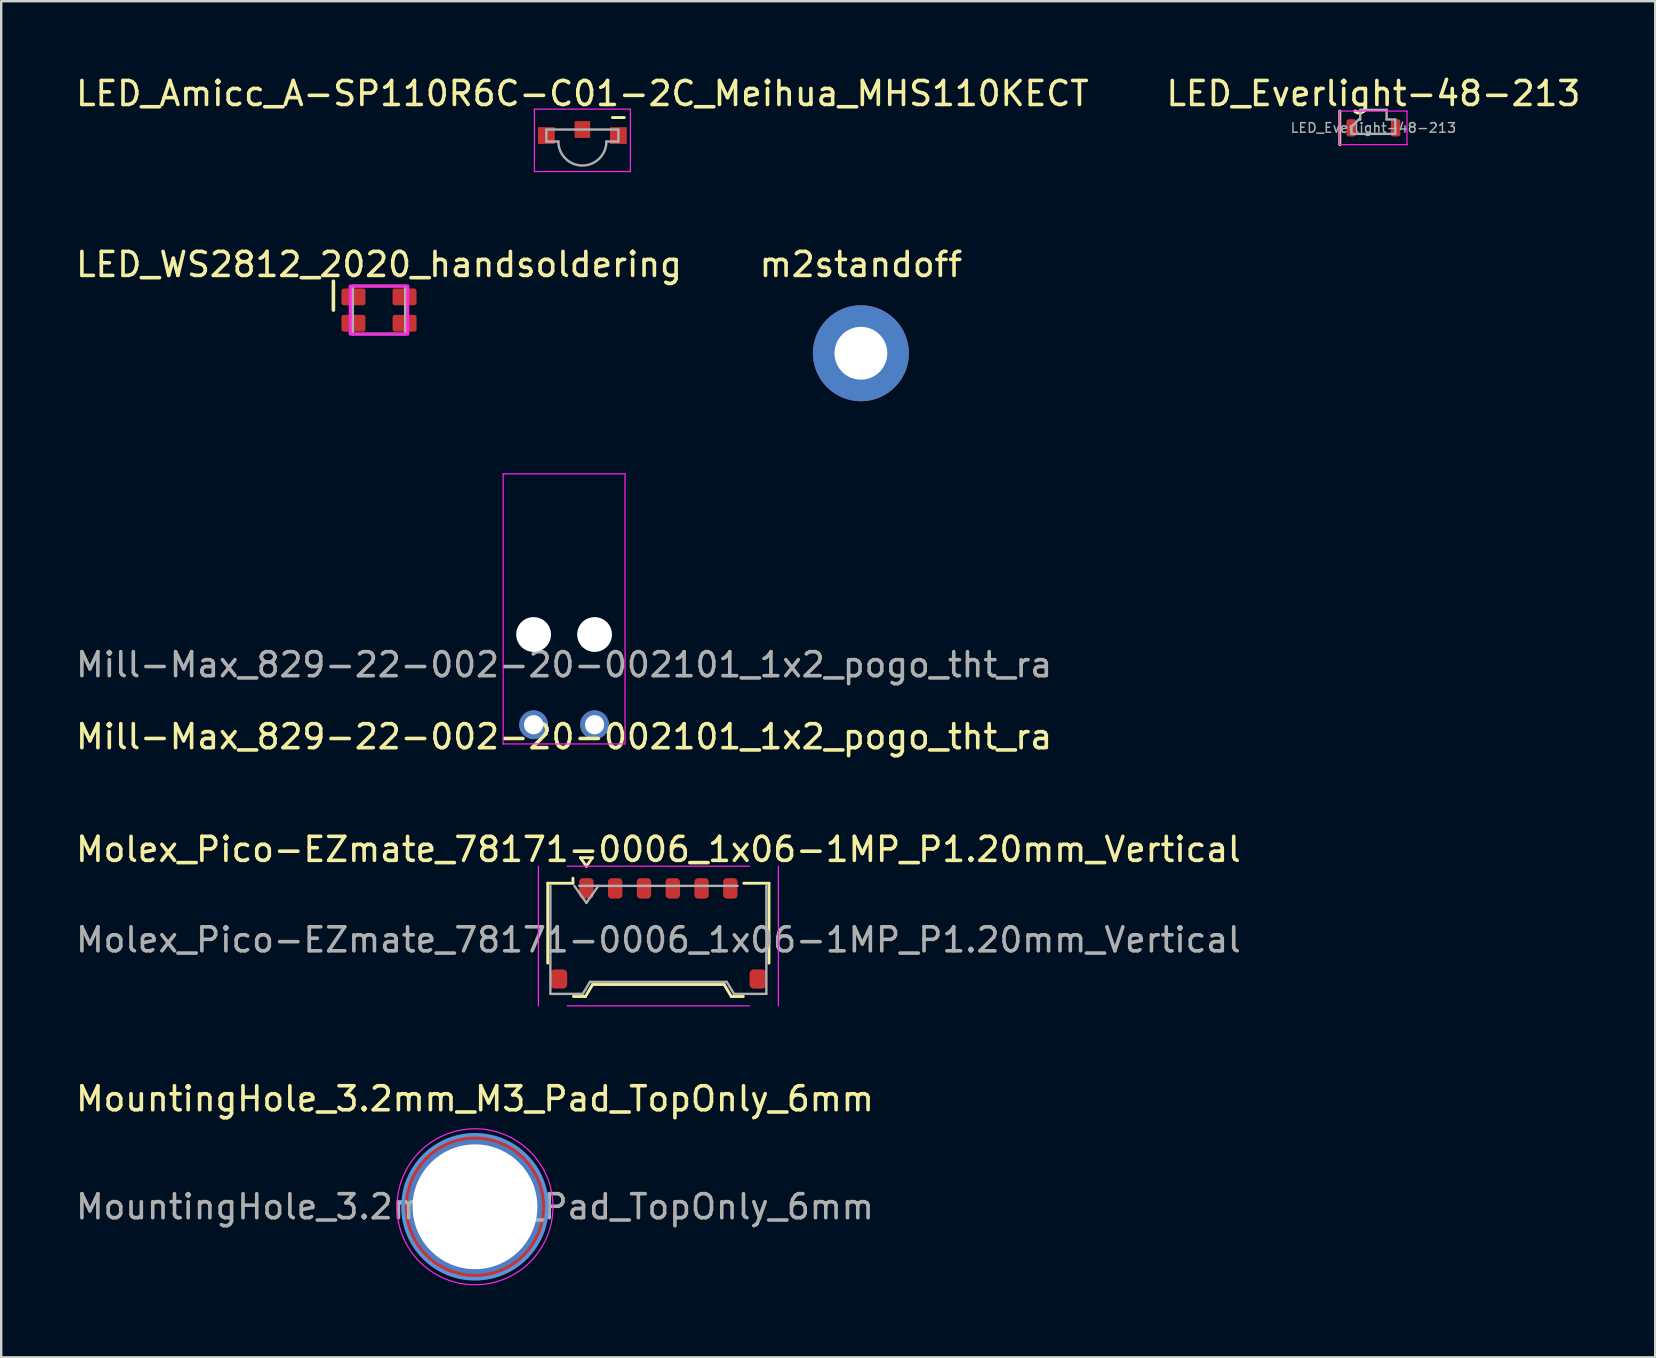
<source format=kicad_pcb>
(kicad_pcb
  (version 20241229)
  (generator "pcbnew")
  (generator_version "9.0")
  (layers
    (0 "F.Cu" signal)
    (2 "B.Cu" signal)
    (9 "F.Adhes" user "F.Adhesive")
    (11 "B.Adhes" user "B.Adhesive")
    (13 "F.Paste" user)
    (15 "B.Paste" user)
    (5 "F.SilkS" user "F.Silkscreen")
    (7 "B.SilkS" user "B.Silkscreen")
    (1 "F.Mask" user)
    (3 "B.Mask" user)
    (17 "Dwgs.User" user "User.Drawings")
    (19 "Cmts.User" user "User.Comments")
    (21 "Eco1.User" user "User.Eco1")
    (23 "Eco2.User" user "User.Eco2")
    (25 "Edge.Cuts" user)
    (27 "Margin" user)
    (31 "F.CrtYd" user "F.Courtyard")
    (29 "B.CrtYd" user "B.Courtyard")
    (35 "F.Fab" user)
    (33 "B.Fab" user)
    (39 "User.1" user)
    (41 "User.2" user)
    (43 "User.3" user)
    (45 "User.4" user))
  (footprint "LED_Amicc_A-SP110R6C-C01-2C_Meihua_MHS110KECT"
    (layer "F.Cu")
    (at 21.22 2.598)
    (property "Reference" "LED_Amicc_A-SP110R6C-C01-2C_Meihua_MHS110KECT" (at 0 -1.75 180) (layer "F.SilkS") (effects (font (size 1 1) (thickness 0.15))))
    (attr smd)
    (fp_line (start 1.75 -0.75) (end 1.25 -0.75) (stroke (width 0.12) (type solid)) (layer "F.SilkS"))
    (fp_line (start -2 -1.1) (end 2 -1.1) (stroke (width 0.05) (type solid)) (layer "F.CrtYd"))
    (fp_line (start -2 1.5) (end -2 -1.1) (stroke (width 0.05) (type solid)) (layer "F.CrtYd"))
    (fp_line (start 2 -1.1) (end 2 1.5) (stroke (width 0.05) (type solid)) (layer "F.CrtYd"))
    (fp_line (start 2 1.5) (end -2 1.5) (stroke (width 0.05) (type solid)) (layer "F.CrtYd"))
    (fp_line (start -1.5 0.25) (end -1.5 -0.25) (stroke (width 0.1) (type solid)) (layer "F.Fab"))
    (fp_line (start -1.5 0.25) (end -1 0.25) (stroke (width 0.1) (type solid)) (layer "F.Fab"))
    (fp_line (start 1.5 -0.25) (end -1.5 -0.25) (stroke (width 0.1) (type solid)) (layer "F.Fab"))
    (fp_line (start 1.5 -0.25) (end 1.5 0.25) (stroke (width 0.1) (type solid)) (layer "F.Fab"))
    (fp_line (start 1.5 0.25) (end 1 0.25) (stroke (width 0.1) (type solid)) (layer "F.Fab"))
    (fp_arc (start 1 0.25) (mid 0 1.25) (end -1 0.25) (stroke (width 0.1) (type solid)) (layer "F.Fab"))
    (pad "1" smd rect (at -1.5 0 90) (size 0.7 0.7) (layers "F.Cu" "F.Mask" "F.Paste"))
    (pad "2" smd rect (at 1.5 0 90) (size 0.7 0.7) (layers "F.Cu" "F.Mask" "F.Paste"))
    (pad "MP" smd rect (at 0 -0.25 90) (size 0.7 0.65) (layers "F.Cu" "F.Mask" "F.Paste")))
  (footprint "Molex_Pico-EZmate_78171-0006_1x06-1MP_P1.20mm_Vertical"
    (layer "F.Cu")
    (at 24.387 35.848)
    (property "Reference" "Molex_Pico-EZmate_78171-0006_1x06-1MP_P1.20mm_Vertical" (at 0 -3.5 0) (layer "F.SilkS") (effects (font (size 1 1) (thickness 0.15))))
    (attr smd)
    (fp_line (start -4.61 -2.09) (end -3.56 -2.09) (stroke (width 0.12) (type solid)) (layer "F.SilkS"))
    (fp_line (start -4.61 1.24) (end -4.61 -2.09) (stroke (width 0.12) (type solid)) (layer "F.SilkS"))
    (fp_line (start -3.56 -2.09) (end -3.56 -2.3) (stroke (width 0.12) (type solid)) (layer "F.SilkS"))
    (fp_line (start -3.54 2.63) (end -3.04 2.63) (stroke (width 0.12) (type solid)) (layer "F.SilkS"))
    (fp_line (start -3.25 -3.154) (end -3 -2.8) (stroke (width 0.12) (type solid)) (layer "F.SilkS"))
    (fp_line (start -3.04 2.63) (end -2.74 2.13) (stroke (width 0.12) (type solid)) (layer "F.SilkS"))
    (fp_line (start -3 -2.8) (end -2.75 -3.154) (stroke (width 0.12) (type solid)) (layer "F.SilkS"))
    (fp_line (start -2.75 -3.154) (end -3.25 -3.154) (stroke (width 0.12) (type solid)) (layer "F.SilkS"))
    (fp_line (start -2.74 2.13) (end 2.74 2.13) (stroke (width 0.12) (type solid)) (layer "F.SilkS"))
    (fp_line (start 2.74 2.13) (end 3.04 2.63) (stroke (width 0.12) (type solid)) (layer "F.SilkS"))
    (fp_line (start 3.04 2.63) (end 3.54 2.63) (stroke (width 0.12) (type solid)) (layer "F.SilkS"))
    (fp_line (start 4.61 -2.09) (end 3.56 -2.09) (stroke (width 0.12) (type solid)) (layer "F.SilkS"))
    (fp_line (start 4.61 1.24) (end 4.61 -2.09) (stroke (width 0.12) (type solid)) (layer "F.SilkS"))
    (fp_line (start -5 -2.8) (end -5 3.02) (stroke (width 0.05) (type solid)) (layer "F.CrtYd"))
    (fp_line (start -3.8 3.02) (end 3.8 3.02) (stroke (width 0.05) (type solid)) (layer "F.CrtYd"))
    (fp_line (start 3.8 -2.8) (end -3.8 -2.8) (stroke (width 0.05) (type solid)) (layer "F.CrtYd"))
    (fp_line (start 5 3.02) (end 5 -2.8) (stroke (width 0.05) (type solid)) (layer "F.CrtYd"))
    (fp_line (start -4.5 -1.98) (end -4.5 2.52) (stroke (width 0.1) (type solid)) (layer "F.Fab"))
    (fp_line (start -4.5 2.52) (end -3.15 2.52) (stroke (width 0.1) (type solid)) (layer "F.Fab"))
    (fp_line (start -3.5 -1.98) (end -3 -1.273) (stroke (width 0.1) (type solid)) (layer "F.Fab"))
    (fp_line (start -3.3 -1.98) (end 3.3 -1.98) (stroke (width 0.1) (type solid)) (layer "F.Fab"))
    (fp_line (start -3.15 2.52) (end -2.85 2.02) (stroke (width 0.1) (type solid)) (layer "F.Fab"))
    (fp_line (start -3 -1.273) (end -2.5 -1.98) (stroke (width 0.1) (type solid)) (layer "F.Fab"))
    (fp_line (start -2.85 2.02) (end 2.85 2.02) (stroke (width 0.1) (type solid)) (layer "F.Fab"))
    (fp_line (start 2.85 2.02) (end 3.15 2.52) (stroke (width 0.1) (type solid)) (layer "F.Fab"))
    (fp_line (start 3.15 2.52) (end 4.5 2.52) (stroke (width 0.1) (type solid)) (layer "F.Fab"))
    (fp_line (start 4.5 -1.98) (end 4.5 2.52) (stroke (width 0.1) (type solid)) (layer "F.Fab"))
    (fp_text user "${REFERENCE}" (at 0 0.27 0) (layer "F.Fab") (effects (font (size 1 1) (thickness 0.15))))
    (pad "" smd roundrect (at -4.15 1.9) (size 0.7 0.8) (layers "F.Cu" "F.Mask" "F.Paste") (roundrect_rratio 0.25))
    (pad "" smd roundrect (at 4.15 1.9) (size 0.7 0.8) (layers "F.Cu" "F.Mask" "F.Paste") (roundrect_rratio 0.25))
    (pad "1" smd roundrect (at -3 -1.875) (size 0.6 0.85) (layers "F.Cu" "F.Mask" "F.Paste") (roundrect_rratio 0.25))
    (pad "2" smd roundrect (at -1.8 -1.875) (size 0.6 0.85) (layers "F.Cu" "F.Mask" "F.Paste") (roundrect_rratio 0.25))
    (pad "3" smd roundrect (at -0.6 -1.875) (size 0.6 0.85) (layers "F.Cu" "F.Mask" "F.Paste") (roundrect_rratio 0.25))
    (pad "4" smd roundrect (at 0.6 -1.875) (size 0.6 0.85) (layers "F.Cu" "F.Mask" "F.Paste") (roundrect_rratio 0.25))
    (pad "5" smd roundrect (at 1.8 -1.875) (size 0.6 0.85) (layers "F.Cu" "F.Mask" "F.Paste") (roundrect_rratio 0.25))
    (pad "6" smd roundrect (at 3 -1.875) (size 0.6 0.85) (layers "F.Cu" "F.Mask" "F.Paste") (roundrect_rratio 0.25)))
  (footprint "Mill-Max_829-22-002-20-002101_1x2_pogo_tht_ra"
    (layer "F.Cu")
    (at 20.458 19.697)
    (property "Reference" "Mill-Max_829-22-002-20-002101_1x2_pogo_tht_ra" (at 0 7.955 0) (unlocked yes) (layer "F.SilkS") (effects (font (size 1 1) (thickness 0.15))))
    (attr through_hole)
    (fp_line (start 1.27 0) (end -1.27 0) (stroke (width 0.12) (type solid)) (layer "Eco1.User"))
    (fp_line (start -2.54 -3) (end -2.54 8.255) (stroke (width 0.05) (type solid)) (layer "F.CrtYd"))
    (fp_line (start -2.54 8.255) (end 2.54 8.255) (stroke (width 0.05) (type solid)) (layer "F.CrtYd"))
    (fp_line (start 2.54 -3) (end -2.54 -3) (stroke (width 0.05) (type solid)) (layer "F.CrtYd"))
    (fp_line (start 2.54 8.255) (end 2.54 -3) (stroke (width 0.05) (type solid)) (layer "F.CrtYd"))
    (fp_text user "${REFERENCE}" (at 0 4.955 0) (unlocked yes) (layer "F.Fab") (effects (font (size 1 1) (thickness 0.15))))
    (pad "" np_thru_hole circle (at -1.27 3.695) (size 1.45 1.45) (drill 1.45) (layers "*.Cu" "*.Mask"))
    (pad "" np_thru_hole circle (at 1.27 3.695) (size 1.45 1.45) (drill 1.45) (layers "*.Cu" "*.Mask"))
    (pad "1" thru_hole circle (at 1.27 7.455) (size 1.2 1.2) (drill 0.8) (layers "*.Cu" "*.Mask"))
    (pad "2" thru_hole circle (at -1.27 7.455) (size 1.2 1.2) (drill 0.8) (layers "*.Cu" "*.Mask")))
  (footprint "LED_Everlight-48-213"
    (layer "F.Cu")
    (at 54.185 2.278)
    (property "Reference" "LED_Everlight-48-213" (at 0 -1.43 0) (layer "F.SilkS") (effects (font (size 1 1) (thickness 0.15))))
    (attr smd)
    (fp_line (start -1.4 -0.7) (end -1.4 0.7) (stroke (width 0.12) (type solid)) (layer "F.SilkS"))
    (fp_line (start -1.4 -0.7) (end 1.4 -0.7) (stroke (width 0.05) (type solid)) (layer "F.CrtYd"))
    (fp_line (start -1.4 0.7) (end -1.4 -0.7) (stroke (width 0.05) (type solid)) (layer "F.CrtYd"))
    (fp_line (start 1.4 -0.7) (end 1.4 0.7) (stroke (width 0.05) (type solid)) (layer "F.CrtYd"))
    (fp_line (start 1.4 0.7) (end -1.4 0.7) (stroke (width 0.05) (type solid)) (layer "F.CrtYd"))
    (fp_line (start -0.91 -0.05) (end -0.91 0.25) (stroke (width 0.1) (type solid)) (layer "F.Fab"))
    (fp_line (start -0.91 0.25) (end 0.91 0.25) (stroke (width 0.1) (type solid)) (layer "F.Fab"))
    (fp_line (start -0.61 -0.35) (end -0.91 -0.05) (stroke (width 0.1) (type solid)) (layer "F.Fab"))
    (fp_line (start -0.55 -0.75) (end -0.55 -0.35) (stroke (width 0.1) (type solid)) (layer "F.Fab"))
    (fp_line (start -0.55 -0.35) (end -0.61 -0.35) (stroke (width 0.1) (type solid)) (layer "F.Fab"))
    (fp_line (start 0.55 -0.75) (end -0.55 -0.75) (stroke (width 0.1) (type solid)) (layer "F.Fab"))
    (fp_line (start 0.55 -0.35) (end 0.55 -0.75) (stroke (width 0.1) (type solid)) (layer "F.Fab"))
    (fp_line (start 0.91 -0.35) (end 0.55 -0.35) (stroke (width 0.1) (type solid)) (layer "F.Fab"))
    (fp_line (start 0.91 0.25) (end 0.91 -0.35) (stroke (width 0.1) (type solid)) (layer "F.Fab"))
    (fp_text user "${REFERENCE}" (at 0 0 0) (layer "F.Fab") (effects (font (size 0.4 0.4) (thickness 0.06))))
    (pad "1" smd roundrect (at -0.925 0) (size 0.4 0.72) (layers "F.Cu" "F.Mask" "F.Paste") (roundrect_rratio 0.25))
    (pad "2" smd roundrect (at 0.925 0) (size 0.4 0.72) (layers "F.Cu" "F.Mask" "F.Paste") (roundrect_rratio 0.25)))
  (footprint "m2standoff"
    (layer "F.Cu")
    (at 32.827 11.671)
    (property "Reference" "m2standoff" (at 0 -3.7 0) (layer "F.SilkS") (effects (font (size 1 1) (thickness 0.15))))
    (attr exclude_from_pos_files exclude_from_bom)
    (pad "1" thru_hole circle (at 0 0) (size 4 4) (drill 2.2) (layers "*.Cu")))
  (footprint "LED_WS2812_2020_handsoldering"
    (layer "F.Cu")
    (at 12.744 9.871)
    (property "Reference" "LED_WS2812_2020_handsoldering" (at 0 -1.9 0) (layer "F.SilkS") (effects (font (size 1 1) (thickness 0.15))))
    (attr smd)
    (fp_line (start -1.9 0) (end -1.9 -1.2) (stroke (width 0.15) (type solid)) (layer "F.SilkS"))
    (fp_line (start -1.2 -1) (end 1.2 -1) (stroke (width 0.12) (type solid)) (layer "F.CrtYd"))
    (fp_line (start -1.2 1) (end -1.2 -1) (stroke (width 0.12) (type solid)) (layer "F.CrtYd"))
    (fp_line (start 1.2 -1) (end 1.2 1) (stroke (width 0.12) (type solid)) (layer "F.CrtYd"))
    (fp_line (start 1.2 1) (end -1.2 1) (stroke (width 0.12) (type solid)) (layer "F.CrtYd"))
    (fp_line (start -1.1 -1) (end 1.1 -1) (stroke (width 0.12) (type solid)) (layer "F.Fab"))
    (fp_line (start -1.1 1) (end -1.1 -1) (stroke (width 0.12) (type solid)) (layer "F.Fab"))
    (fp_line (start 1.1 -1) (end 1.1 1) (stroke (width 0.12) (type solid)) (layer "F.Fab"))
    (fp_line (start 1.1 1) (end -1.1 1) (stroke (width 0.12) (type solid)) (layer "F.Fab"))
    (pad "1" smd roundrect (at -1.065 -0.55) (size 1 0.7) (layers "F.Cu" "F.Mask" "F.Paste") (roundrect_rratio 0.143))
    (pad "2" smd roundrect (at -1.065 0.55) (size 1 0.7) (layers "F.Cu" "F.Mask" "F.Paste") (roundrect_rratio 0.143))
    (pad "3" smd roundrect (at 1.065 0.55) (size 1 0.7) (layers "F.Cu" "F.Mask" "F.Paste") (roundrect_rratio 0.143))
    (pad "4" smd roundrect (at 1.065 -0.55) (size 1 0.7) (layers "F.Cu" "F.Mask" "F.Paste") (roundrect_rratio 0.143)))
  (footprint "MountingHole_3.2mm_M3_Pad_TopOnly_6mm"
    (layer "F.Cu")
    (at 16.744 47.241)
    (property "Reference" "MountingHole_3.2mm_M3_Pad_TopOnly_6mm" (at 0 -4.5 0) (layer "F.SilkS") (effects (font (size 1 1) (thickness 0.15))))
    (attr exclude_from_pos_files exclude_from_bom)
    (fp_circle (center 0 0) (end 3 0) (stroke (width 0.15) (type solid)) (fill no) (layer "Cmts.User"))
    (fp_circle (center 0 0) (end 3.25 0) (stroke (width 0.05) (type solid)) (fill no) (layer "F.CrtYd"))
    (fp_text user "${REFERENCE}" (at 0 0 0) (layer "F.Fab") (effects (font (size 1 1) (thickness 0.15))))
    (pad "1" thru_hole circle (at 0 0) (size 5.6 5.6) (drill 5.2) (layers "*.Cu" "F.Mask"))
    (pad "1" connect circle (at 0 0) (size 6 6) (layers "F.Cu" "F.Mask")))
  (gr_rect
    (start -3 -3)
    (end 65.929 53.516)
    (stroke (width 0.1) (type default))
    (fill no)
    (layer "Edge.Cuts")))
</source>
